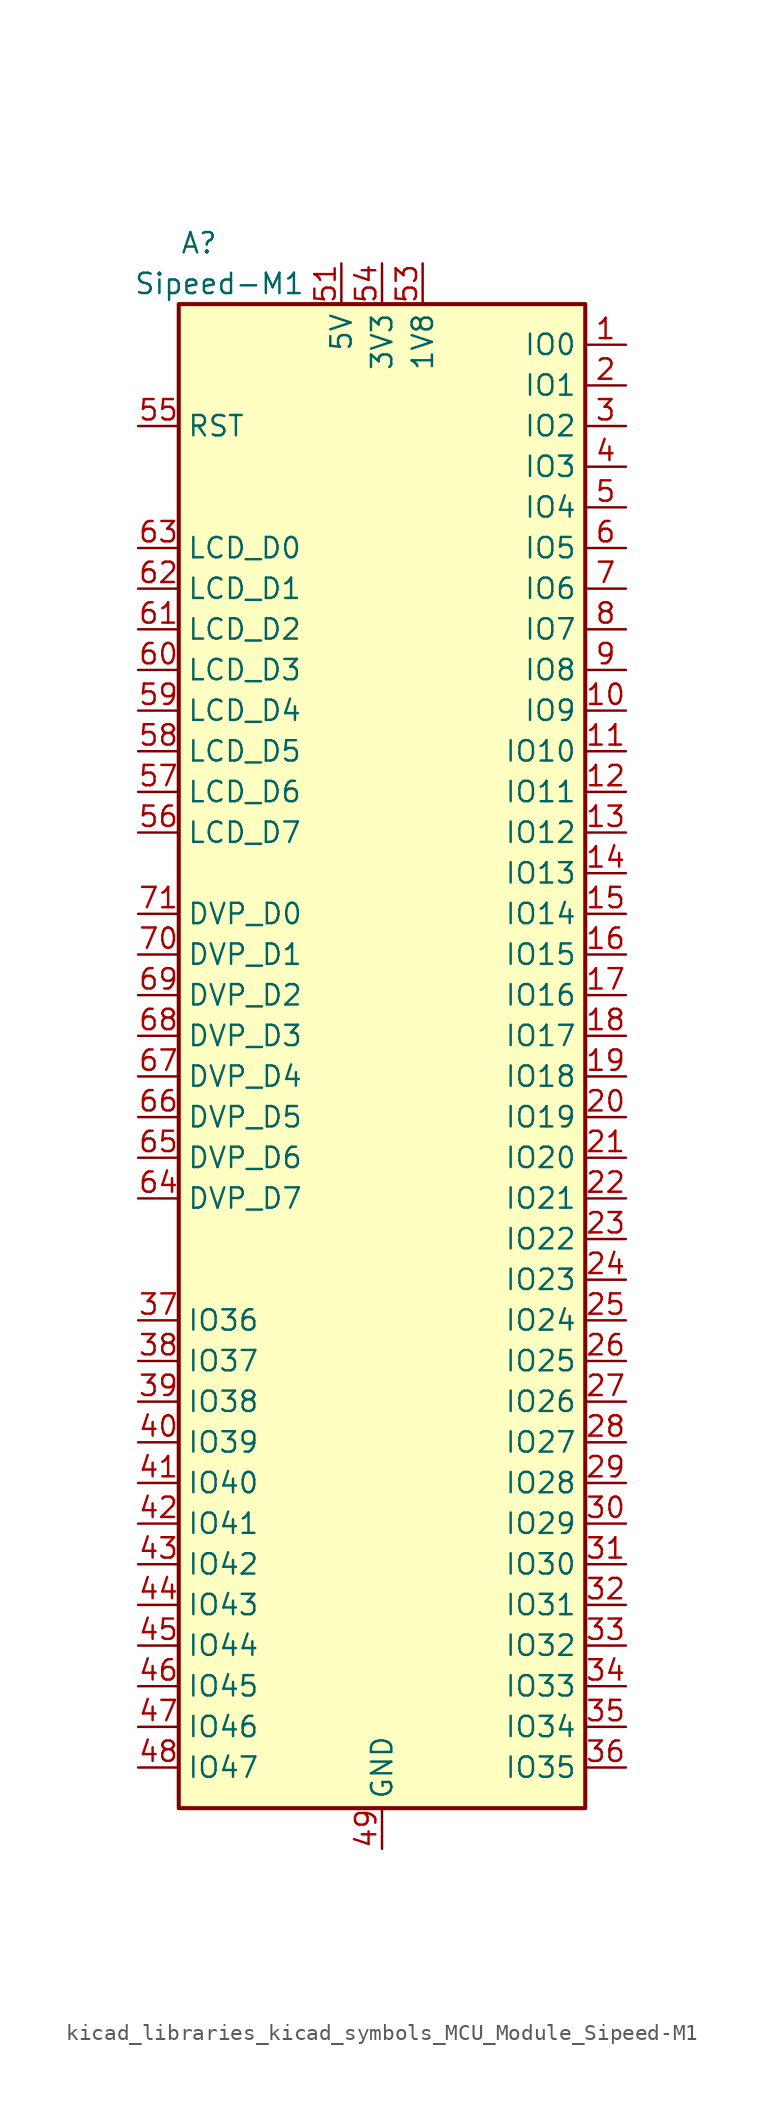
<source format=kicad_sym>
(kicad_symbol_lib
  (version 20220914)
  (generator kicad_symbol_editor)
  (symbol "kicad_libraries_kicad_symbols_MCU_Module_Sipeed-M1"
    (property "Reference" "A"
      (at -11.43 52.07 0)
      (effects (font (size 1.27 1.27))))
    (property "Value" "Sipeed-M1"
      (at -10.16 49.53 0)
      (effects (font (size 1.27 1.27))))
    (symbol "kicad_libraries_kicad_symbols_MCU_Module_Sipeed-M1_0_1"
      (rectangle (start 12.7 -45.72) (end -12.7 48.26) (stroke (width 0.254) (type default)) (fill (type background))))
    (symbol "kicad_libraries_kicad_symbols_MCU_Module_Sipeed-M1_1_1"
      (pin bidirectional line (at 15.24 45.72 180) (length 2.54) (name "IO0" (effects (font (size 1.27 1.27)))) (number "1" (effects (font (size 1.27 1.27)))))
      (pin bidirectional line (at 15.24 22.86 180) (length 2.54) (name "IO9" (effects (font (size 1.27 1.27)))) (number "10" (effects (font (size 1.27 1.27)))))
      (pin bidirectional line (at 15.24 20.32 180) (length 2.54) (name "IO10" (effects (font (size 1.27 1.27)))) (number "11" (effects (font (size 1.27 1.27)))))
      (pin bidirectional line (at 15.24 17.78 180) (length 2.54) (name "IO11" (effects (font (size 1.27 1.27)))) (number "12" (effects (font (size 1.27 1.27)))))
      (pin bidirectional line (at 15.24 15.24 180) (length 2.54) (name "IO12" (effects (font (size 1.27 1.27)))) (number "13" (effects (font (size 1.27 1.27)))))
      (pin bidirectional line (at 15.24 12.7 180) (length 2.54) (name "IO13" (effects (font (size 1.27 1.27)))) (number "14" (effects (font (size 1.27 1.27)))))
      (pin bidirectional line (at 15.24 10.16 180) (length 2.54) (name "IO14" (effects (font (size 1.27 1.27)))) (number "15" (effects (font (size 1.27 1.27)))))
      (pin bidirectional line (at 15.24 7.62 180) (length 2.54) (name "IO15" (effects (font (size 1.27 1.27)))) (number "16" (effects (font (size 1.27 1.27)))))
      (pin bidirectional line (at 15.24 5.08 180) (length 2.54) (name "IO16" (effects (font (size 1.27 1.27)))) (number "17" (effects (font (size 1.27 1.27)))))
      (pin bidirectional line (at 15.24 2.54 180) (length 2.54) (name "IO17" (effects (font (size 1.27 1.27)))) (number "18" (effects (font (size 1.27 1.27)))))
      (pin bidirectional line (at 15.24 0 180) (length 2.54) (name "IO18" (effects (font (size 1.27 1.27)))) (number "19" (effects (font (size 1.27 1.27)))))
      (pin bidirectional line (at 15.24 43.18 180) (length 2.54) (name "IO1" (effects (font (size 1.27 1.27)))) (number "2" (effects (font (size 1.27 1.27)))))
      (pin bidirectional line (at 15.24 -2.54 180) (length 2.54) (name "IO19" (effects (font (size 1.27 1.27)))) (number "20" (effects (font (size 1.27 1.27)))))
      (pin bidirectional line (at 15.24 -5.08 180) (length 2.54) (name "IO20" (effects (font (size 1.27 1.27)))) (number "21" (effects (font (size 1.27 1.27)))))
      (pin bidirectional line (at 15.24 -7.62 180) (length 2.54) (name "IO21" (effects (font (size 1.27 1.27)))) (number "22" (effects (font (size 1.27 1.27)))))
      (pin bidirectional line (at 15.24 -10.16 180) (length 2.54) (name "IO22" (effects (font (size 1.27 1.27)))) (number "23" (effects (font (size 1.27 1.27)))))
      (pin bidirectional line (at 15.24 -12.7 180) (length 2.54) (name "IO23" (effects (font (size 1.27 1.27)))) (number "24" (effects (font (size 1.27 1.27)))))
      (pin bidirectional line (at 15.24 -15.24 180) (length 2.54) (name "IO24" (effects (font (size 1.27 1.27)))) (number "25" (effects (font (size 1.27 1.27)))))
      (pin bidirectional line (at 15.24 -17.78 180) (length 2.54) (name "IO25" (effects (font (size 1.27 1.27)))) (number "26" (effects (font (size 1.27 1.27)))))
      (pin bidirectional line (at 15.24 -20.32 180) (length 2.54) (name "IO26" (effects (font (size 1.27 1.27)))) (number "27" (effects (font (size 1.27 1.27)))))
      (pin bidirectional line (at 15.24 -22.86 180) (length 2.54) (name "IO27" (effects (font (size 1.27 1.27)))) (number "28" (effects (font (size 1.27 1.27)))))
      (pin bidirectional line (at 15.24 -25.4 180) (length 2.54) (name "IO28" (effects (font (size 1.27 1.27)))) (number "29" (effects (font (size 1.27 1.27)))))
      (pin bidirectional line (at 15.24 40.64 180) (length 2.54) (name "IO2" (effects (font (size 1.27 1.27)))) (number "3" (effects (font (size 1.27 1.27)))))
      (pin bidirectional line (at 15.24 -27.94 180) (length 2.54) (name "IO29" (effects (font (size 1.27 1.27)))) (number "30" (effects (font (size 1.27 1.27)))))
      (pin bidirectional line (at 15.24 -30.48 180) (length 2.54) (name "IO30" (effects (font (size 1.27 1.27)))) (number "31" (effects (font (size 1.27 1.27)))))
      (pin bidirectional line (at 15.24 -33.02 180) (length 2.54) (name "IO31" (effects (font (size 1.27 1.27)))) (number "32" (effects (font (size 1.27 1.27)))))
      (pin bidirectional line (at 15.24 -35.56 180) (length 2.54) (name "IO32" (effects (font (size 1.27 1.27)))) (number "33" (effects (font (size 1.27 1.27)))))
      (pin bidirectional line (at 15.24 -38.1 180) (length 2.54) (name "IO33" (effects (font (size 1.27 1.27)))) (number "34" (effects (font (size 1.27 1.27)))))
      (pin bidirectional line (at 15.24 -40.64 180) (length 2.54) (name "IO34" (effects (font (size 1.27 1.27)))) (number "35" (effects (font (size 1.27 1.27)))))
      (pin bidirectional line (at 15.24 -43.18 180) (length 2.54) (name "IO35" (effects (font (size 1.27 1.27)))) (number "36" (effects (font (size 1.27 1.27)))))
      (pin bidirectional line (at -15.24 -15.24 0) (length 2.54) (name "IO36" (effects (font (size 1.27 1.27)))) (number "37" (effects (font (size 1.27 1.27)))))
      (pin bidirectional line (at -15.24 -17.78 0) (length 2.54) (name "IO37" (effects (font (size 1.27 1.27)))) (number "38" (effects (font (size 1.27 1.27)))))
      (pin bidirectional line (at -15.24 -20.32 0) (length 2.54) (name "IO38" (effects (font (size 1.27 1.27)))) (number "39" (effects (font (size 1.27 1.27)))))
      (pin bidirectional line (at 15.24 38.1 180) (length 2.54) (name "IO3" (effects (font (size 1.27 1.27)))) (number "4" (effects (font (size 1.27 1.27)))))
      (pin bidirectional line (at -15.24 -22.86 0) (length 2.54) (name "IO39" (effects (font (size 1.27 1.27)))) (number "40" (effects (font (size 1.27 1.27)))))
      (pin bidirectional line (at -15.24 -25.4 0) (length 2.54) (name "IO40" (effects (font (size 1.27 1.27)))) (number "41" (effects (font (size 1.27 1.27)))))
      (pin bidirectional line (at -15.24 -27.94 0) (length 2.54) (name "IO41" (effects (font (size 1.27 1.27)))) (number "42" (effects (font (size 1.27 1.27)))))
      (pin bidirectional line (at -15.24 -30.48 0) (length 2.54) (name "IO42" (effects (font (size 1.27 1.27)))) (number "43" (effects (font (size 1.27 1.27)))))
      (pin bidirectional line (at -15.24 -33.02 0) (length 2.54) (name "IO43" (effects (font (size 1.27 1.27)))) (number "44" (effects (font (size 1.27 1.27)))))
      (pin bidirectional line (at -15.24 -35.56 0) (length 2.54) (name "IO44" (effects (font (size 1.27 1.27)))) (number "45" (effects (font (size 1.27 1.27)))))
      (pin bidirectional line (at -15.24 -38.1 0) (length 2.54) (name "IO45" (effects (font (size 1.27 1.27)))) (number "46" (effects (font (size 1.27 1.27)))))
      (pin bidirectional line (at -15.24 -40.64 0) (length 2.54) (name "IO46" (effects (font (size 1.27 1.27)))) (number "47" (effects (font (size 1.27 1.27)))))
      (pin bidirectional line (at -15.24 -43.18 0) (length 2.54) (name "IO47" (effects (font (size 1.27 1.27)))) (number "48" (effects (font (size 1.27 1.27)))))
      (pin power_in line (at 0 -48.26 90) (length 2.54) (name "GND" (effects (font (size 1.27 1.27)))) (number "49" (effects (font (size 1.27 1.27)))))
      (pin bidirectional line (at 15.24 35.56 180) (length 2.54) (name "IO4" (effects (font (size 1.27 1.27)))) (number "5" (effects (font (size 1.27 1.27)))))
      (pin passive line (at 0 -48.26 90) (length 2.54) hide (name "GND" (effects (font (size 1.27 1.27)))) (number "50" (effects (font (size 1.27 1.27)))))
      (pin power_in line (at -2.54 50.8 270) (length 2.54) (name "5V" (effects (font (size 1.27 1.27)))) (number "51" (effects (font (size 1.27 1.27)))))
      (pin passive line (at -2.54 50.8 270) (length 2.54) hide (name "5V" (effects (font (size 1.27 1.27)))) (number "52" (effects (font (size 1.27 1.27)))))
      (pin power_out line (at 2.54 50.8 270) (length 2.54) (name "1V8" (effects (font (size 1.27 1.27)))) (number "53" (effects (font (size 1.27 1.27)))))
      (pin power_out line (at 0 50.8 270) (length 2.54) (name "3V3" (effects (font (size 1.27 1.27)))) (number "54" (effects (font (size 1.27 1.27)))))
      (pin input line (at -15.24 40.64 0) (length 2.54) (name "RST" (effects (font (size 1.27 1.27)))) (number "55" (effects (font (size 1.27 1.27)))))
      (pin bidirectional line (at -15.24 15.24 0) (length 2.54) (name "LCD_D7" (effects (font (size 1.27 1.27)))) (number "56" (effects (font (size 1.27 1.27)))))
      (pin bidirectional line (at -15.24 17.78 0) (length 2.54) (name "LCD_D6" (effects (font (size 1.27 1.27)))) (number "57" (effects (font (size 1.27 1.27)))))
      (pin bidirectional line (at -15.24 20.32 0) (length 2.54) (name "LCD_D5" (effects (font (size 1.27 1.27)))) (number "58" (effects (font (size 1.27 1.27)))))
      (pin bidirectional line (at -15.24 22.86 0) (length 2.54) (name "LCD_D4" (effects (font (size 1.27 1.27)))) (number "59" (effects (font (size 1.27 1.27)))))
      (pin bidirectional line (at 15.24 33.02 180) (length 2.54) (name "IO5" (effects (font (size 1.27 1.27)))) (number "6" (effects (font (size 1.27 1.27)))))
      (pin bidirectional line (at -15.24 25.4 0) (length 2.54) (name "LCD_D3" (effects (font (size 1.27 1.27)))) (number "60" (effects (font (size 1.27 1.27)))))
      (pin bidirectional line (at -15.24 27.94 0) (length 2.54) (name "LCD_D2" (effects (font (size 1.27 1.27)))) (number "61" (effects (font (size 1.27 1.27)))))
      (pin bidirectional line (at -15.24 30.48 0) (length 2.54) (name "LCD_D1" (effects (font (size 1.27 1.27)))) (number "62" (effects (font (size 1.27 1.27)))))
      (pin bidirectional line (at -15.24 33.02 0) (length 2.54) (name "LCD_D0" (effects (font (size 1.27 1.27)))) (number "63" (effects (font (size 1.27 1.27)))))
      (pin bidirectional line (at -15.24 -7.62 0) (length 2.54) (name "DVP_D7" (effects (font (size 1.27 1.27)))) (number "64" (effects (font (size 1.27 1.27)))))
      (pin bidirectional line (at -15.24 -5.08 0) (length 2.54) (name "DVP_D6" (effects (font (size 1.27 1.27)))) (number "65" (effects (font (size 1.27 1.27)))))
      (pin bidirectional line (at -15.24 -2.54 0) (length 2.54) (name "DVP_D5" (effects (font (size 1.27 1.27)))) (number "66" (effects (font (size 1.27 1.27)))))
      (pin bidirectional line (at -15.24 0 0) (length 2.54) (name "DVP_D4" (effects (font (size 1.27 1.27)))) (number "67" (effects (font (size 1.27 1.27)))))
      (pin bidirectional line (at -15.24 2.54 0) (length 2.54) (name "DVP_D3" (effects (font (size 1.27 1.27)))) (number "68" (effects (font (size 1.27 1.27)))))
      (pin bidirectional line (at -15.24 5.08 0) (length 2.54) (name "DVP_D2" (effects (font (size 1.27 1.27)))) (number "69" (effects (font (size 1.27 1.27)))))
      (pin bidirectional line (at 15.24 30.48 180) (length 2.54) (name "IO6" (effects (font (size 1.27 1.27)))) (number "7" (effects (font (size 1.27 1.27)))))
      (pin bidirectional line (at -15.24 7.62 0) (length 2.54) (name "DVP_D1" (effects (font (size 1.27 1.27)))) (number "70" (effects (font (size 1.27 1.27)))))
      (pin bidirectional line (at -15.24 10.16 0) (length 2.54) (name "DVP_D0" (effects (font (size 1.27 1.27)))) (number "71" (effects (font (size 1.27 1.27)))))
      (pin passive line (at 0 -48.26 90) (length 2.54) hide (name "GND" (effects (font (size 1.27 1.27)))) (number "72" (effects (font (size 1.27 1.27)))))
      (pin passive line (at 0 -48.26 90) (length 2.54) hide (name "GND" (effects (font (size 1.27 1.27)))) (number "73" (effects (font (size 1.27 1.27)))))
      (pin passive line (at 0 -48.26 90) (length 2.54) hide (name "GND" (effects (font (size 1.27 1.27)))) (number "74" (effects (font (size 1.27 1.27)))))
      (pin passive line (at 0 -48.26 90) (length 2.54) hide (name "GND" (effects (font (size 1.27 1.27)))) (number "75" (effects (font (size 1.27 1.27)))))
      (pin passive line (at 0 -48.26 90) (length 2.54) hide (name "GND" (effects (font (size 1.27 1.27)))) (number "76" (effects (font (size 1.27 1.27)))))
      (pin passive line (at 0 -48.26 90) (length 2.54) hide (name "GND" (effects (font (size 1.27 1.27)))) (number "77" (effects (font (size 1.27 1.27)))))
      (pin bidirectional line (at 15.24 27.94 180) (length 2.54) (name "IO7" (effects (font (size 1.27 1.27)))) (number "8" (effects (font (size 1.27 1.27)))))
      (pin bidirectional line (at 15.24 25.4 180) (length 2.54) (name "IO8" (effects (font (size 1.27 1.27)))) (number "9" (effects (font (size 1.27 1.27))))))))
</source>
